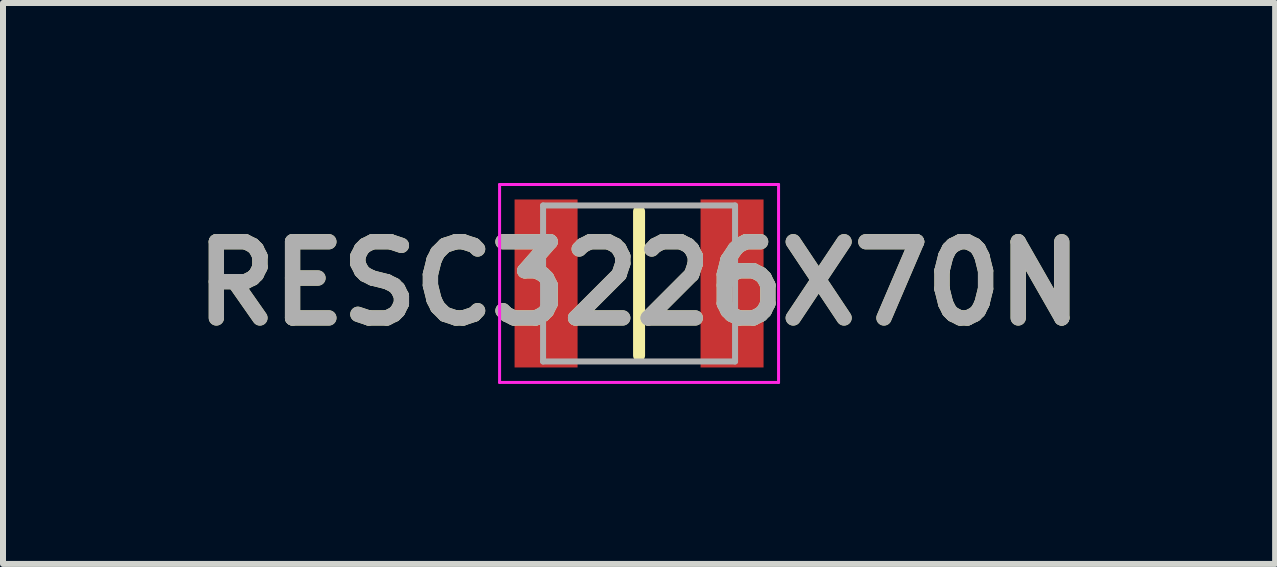
<source format=kicad_pcb>
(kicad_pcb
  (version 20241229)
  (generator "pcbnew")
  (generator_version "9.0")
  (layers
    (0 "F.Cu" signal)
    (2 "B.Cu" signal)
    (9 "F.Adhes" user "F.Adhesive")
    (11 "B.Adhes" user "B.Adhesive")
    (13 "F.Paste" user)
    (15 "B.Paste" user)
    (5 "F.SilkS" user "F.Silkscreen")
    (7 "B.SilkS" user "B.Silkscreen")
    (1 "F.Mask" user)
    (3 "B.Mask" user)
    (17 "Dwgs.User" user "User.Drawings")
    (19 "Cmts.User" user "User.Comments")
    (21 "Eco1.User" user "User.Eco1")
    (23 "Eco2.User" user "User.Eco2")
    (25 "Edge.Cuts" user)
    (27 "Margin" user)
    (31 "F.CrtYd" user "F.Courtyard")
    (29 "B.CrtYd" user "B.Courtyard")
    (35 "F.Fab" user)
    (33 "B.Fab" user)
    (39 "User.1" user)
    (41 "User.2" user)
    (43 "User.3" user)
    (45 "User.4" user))
  (footprint "RESC3226X70N"
    (layer "F.Cu")
    (at 7.602 1.675)
    (property "Reference" "RESC3226X70N" (at 0 0 0) (layer "F.SilkS") (effects (font (size 1.27 1.27) (thickness 0.254))))
    (attr smd)
    (fp_line (start 0 -1.2) (end 0 1.2) (stroke (width 0.2) (type solid)) (layer "F.SilkS"))
    (fp_line (start -2.325 -1.65) (end 2.325 -1.65) (stroke (width 0.05) (type solid)) (layer "F.CrtYd"))
    (fp_line (start -2.325 1.65) (end -2.325 -1.65) (stroke (width 0.05) (type solid)) (layer "F.CrtYd"))
    (fp_line (start 2.325 -1.65) (end 2.325 1.65) (stroke (width 0.05) (type solid)) (layer "F.CrtYd"))
    (fp_line (start 2.325 1.65) (end -2.325 1.65) (stroke (width 0.05) (type solid)) (layer "F.CrtYd"))
    (fp_line (start -1.6 -1.3) (end 1.6 -1.3) (stroke (width 0.1) (type solid)) (layer "F.Fab"))
    (fp_line (start -1.6 1.3) (end -1.6 -1.3) (stroke (width 0.1) (type solid)) (layer "F.Fab"))
    (fp_line (start 1.6 -1.3) (end 1.6 1.3) (stroke (width 0.1) (type solid)) (layer "F.Fab"))
    (fp_line (start 1.6 1.3) (end -1.6 1.3) (stroke (width 0.1) (type solid)) (layer "F.Fab"))
    (fp_text user "${REFERENCE}" (at 0 0 0) (layer "F.Fab") (effects (font (size 1.27 1.27) (thickness 0.254))))
    (pad "1" smd rect (at -1.55 0) (size 1.05 2.8) (layers "F.Cu" "F.Mask" "F.Paste"))
    (pad "2" smd rect (at 1.55 0) (size 1.05 2.8) (layers "F.Cu" "F.Mask" "F.Paste")))
  (gr_rect
    (start -3 -3)
    (end 18.204 6.35)
    (stroke (width 0.1) (type default))
    (fill no)
    (layer "Edge.Cuts")))
</source>
